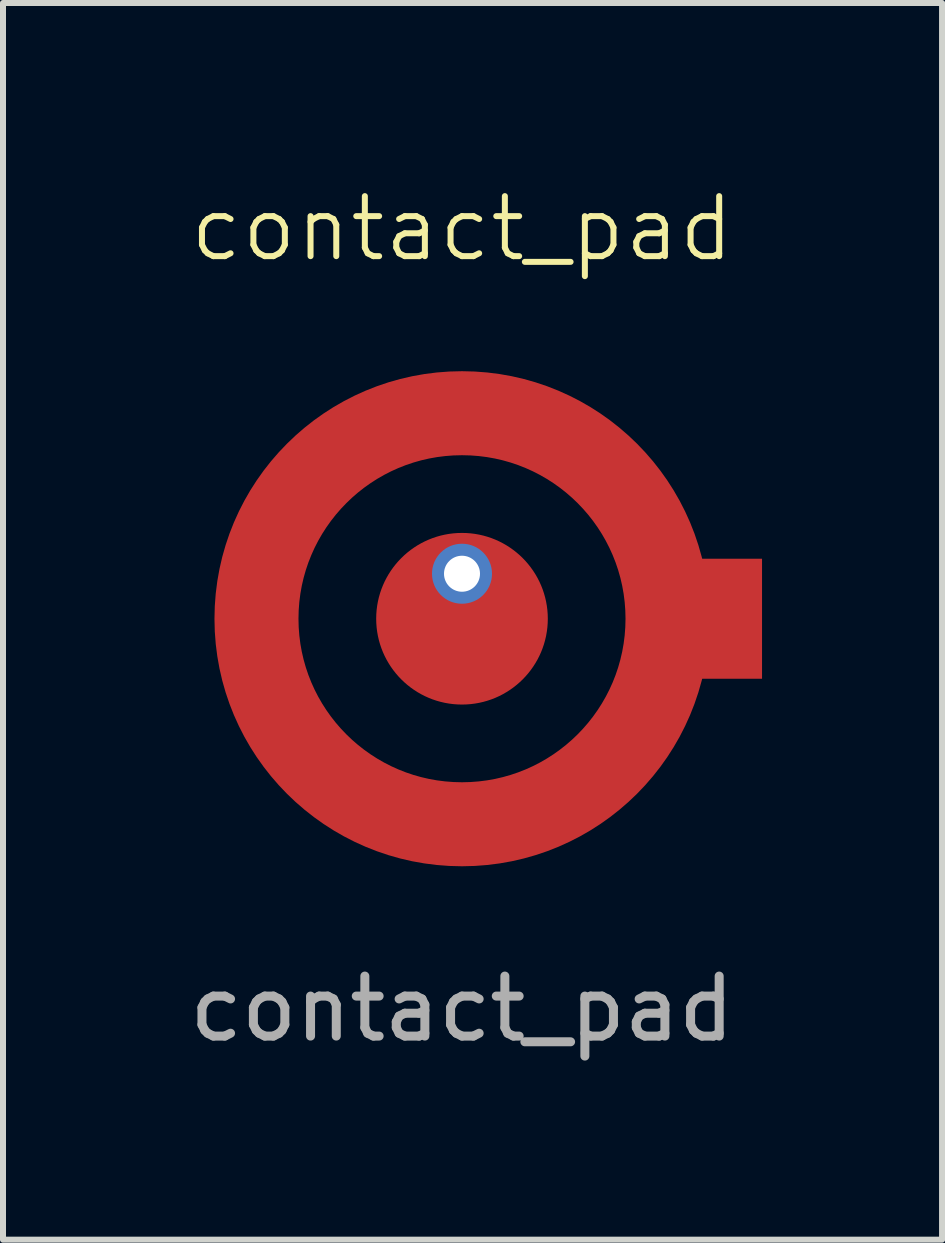
<source format=kicad_pcb>
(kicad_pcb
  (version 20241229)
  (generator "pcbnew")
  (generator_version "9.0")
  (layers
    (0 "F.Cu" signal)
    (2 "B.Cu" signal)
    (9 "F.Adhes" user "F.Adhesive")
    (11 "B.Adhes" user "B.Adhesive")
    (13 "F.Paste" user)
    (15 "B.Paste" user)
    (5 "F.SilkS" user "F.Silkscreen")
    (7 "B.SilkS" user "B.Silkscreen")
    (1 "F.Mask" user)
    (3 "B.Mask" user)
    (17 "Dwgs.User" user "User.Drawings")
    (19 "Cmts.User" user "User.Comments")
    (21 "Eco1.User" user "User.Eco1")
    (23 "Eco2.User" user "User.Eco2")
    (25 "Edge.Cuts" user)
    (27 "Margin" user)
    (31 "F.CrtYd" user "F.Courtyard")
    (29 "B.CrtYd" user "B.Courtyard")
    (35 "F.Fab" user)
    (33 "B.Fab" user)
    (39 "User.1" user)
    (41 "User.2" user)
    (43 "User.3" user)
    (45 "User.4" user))
  (footprint "contact_pad"
    (layer "F.Cu")
    (at 4.649 7.261)
    (property "Reference" "contact_pad" (at 0 -6.5 0) (unlocked yes) (layer "F.SilkS") (effects (font (size 1 1) (thickness 0.1))))
    (attr smd)
    (fp_circle (center 0 0) (end 3.425 0) (stroke (width 1.4) (type solid)) (fill no) (layer "F.Cu"))
    (fp_circle (center 0 0) (end 3.425 0) (stroke (width 1.4) (type solid)) (fill no) (layer "F.Mask"))
    (fp_circle (center 0 0) (end 3.425 0) (stroke (width 1.4) (type solid)) (fill no) (layer "F.Paste"))
    (fp_text user "${REFERENCE}" (at 0 6.5 0) (unlocked yes) (layer "F.Fab") (effects (font (size 1 1) (thickness 0.15))))
    (pad "1" thru_hole circle (at 0 -0.75) (size 1 1) (drill 0.6) (layers "*.Cu" "*.Mask"))
    (pad "1" smd circle (at 0 0) (size 2.86 2.86) (layers "F.Cu" "F.Mask" "F.Paste"))
    (pad "2" smd rect (at 4 0) (size 2 2) (layers "F.Cu" "F.Mask" "F.Paste")))
  (gr_rect
    (start -3 -3)
    (end 12.649 17.609)
    (stroke (width 0.1) (type default))
    (fill no)
    (layer "Edge.Cuts")))
</source>
